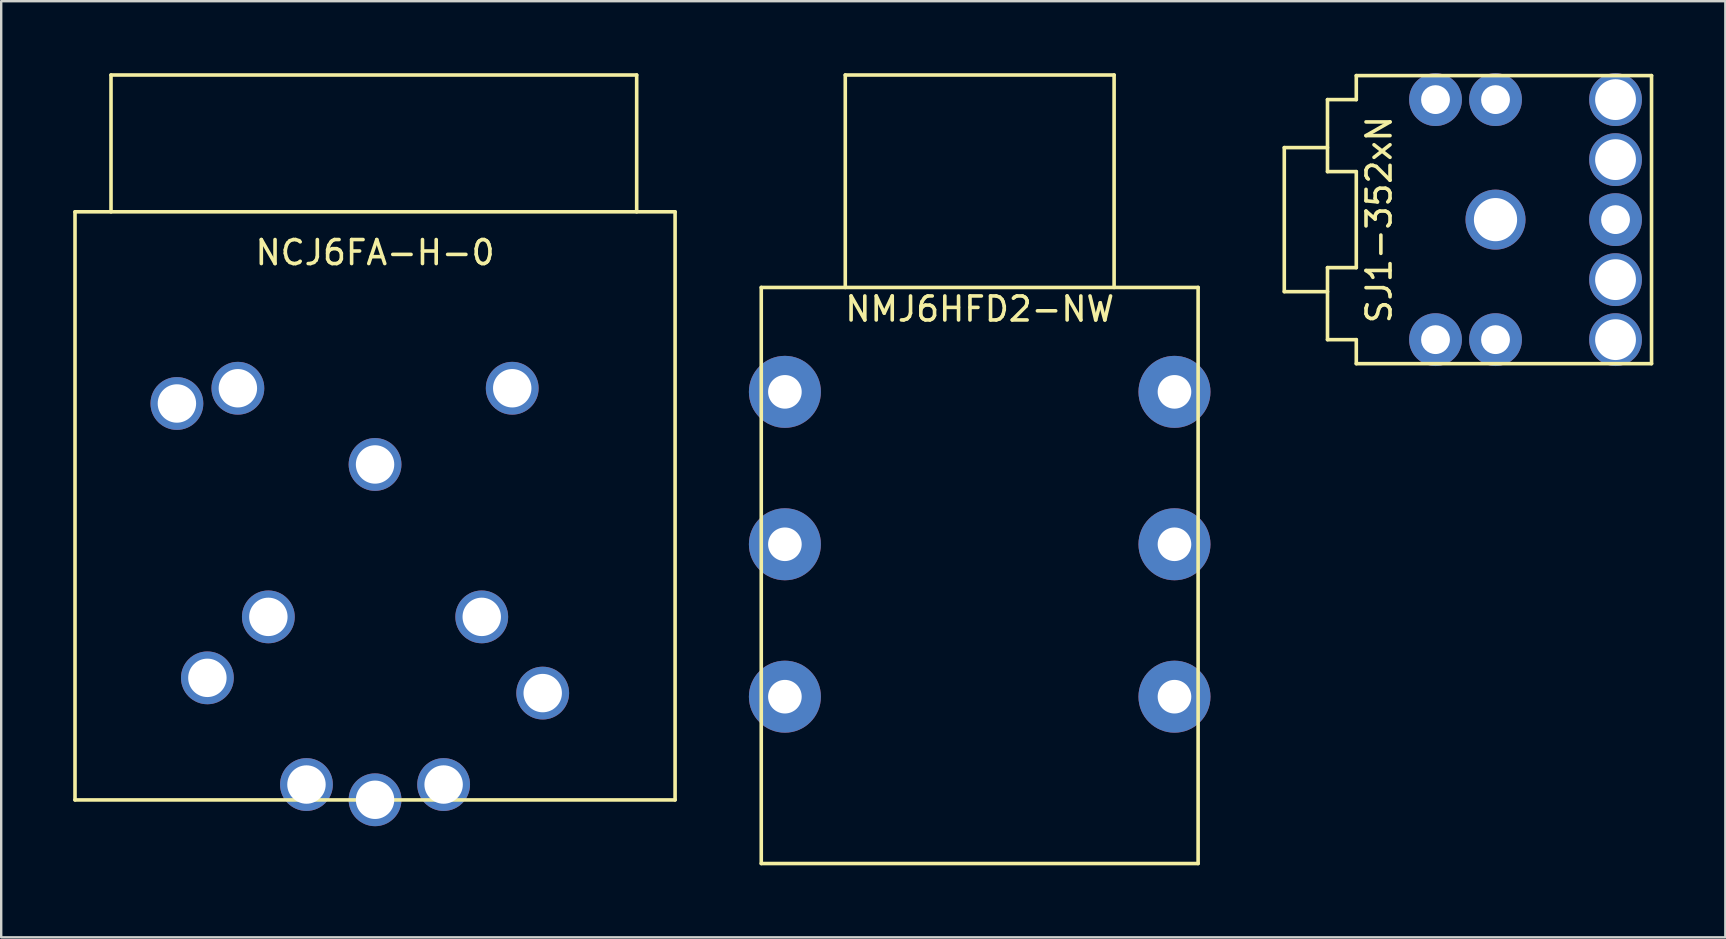
<source format=kicad_pcb>
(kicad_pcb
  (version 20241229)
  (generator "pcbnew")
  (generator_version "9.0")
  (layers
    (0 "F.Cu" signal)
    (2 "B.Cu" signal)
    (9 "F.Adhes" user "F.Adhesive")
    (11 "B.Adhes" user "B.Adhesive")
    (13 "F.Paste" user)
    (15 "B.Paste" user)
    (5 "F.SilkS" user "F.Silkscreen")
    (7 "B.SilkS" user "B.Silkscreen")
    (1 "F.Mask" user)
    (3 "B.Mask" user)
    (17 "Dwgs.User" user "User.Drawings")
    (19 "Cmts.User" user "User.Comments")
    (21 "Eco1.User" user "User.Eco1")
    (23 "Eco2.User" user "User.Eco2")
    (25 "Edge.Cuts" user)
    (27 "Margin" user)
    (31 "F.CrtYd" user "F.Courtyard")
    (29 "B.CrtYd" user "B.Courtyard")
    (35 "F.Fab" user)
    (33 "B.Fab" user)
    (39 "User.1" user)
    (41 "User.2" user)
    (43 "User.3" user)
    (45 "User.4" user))
  (footprint "NMJ6HFD2-NW"
    (layer "F.Cu")
    (at 37.765 8.925)
    (property "Reference" "NMJ6HFD2-NW" (at 0 0.9 0) (layer "F.SilkS") (effects (font (size 1 1) (thickness 0.15))))
    (attr through_hole)
    (fp_line (start -9.1 0) (end 9.1 0) (stroke (width 0.15) (type solid)) (layer "F.SilkS"))
    (fp_line (start -9.1 24) (end -9.1 0) (stroke (width 0.15) (type solid)) (layer "F.SilkS"))
    (fp_line (start -5.6 -8.85) (end -5.6 0) (stroke (width 0.15) (type solid)) (layer "F.SilkS"))
    (fp_line (start 5.6 -8.85) (end -5.6 -8.85) (stroke (width 0.15) (type solid)) (layer "F.SilkS"))
    (fp_line (start 5.6 0) (end 5.6 -8.85) (stroke (width 0.15) (type solid)) (layer "F.SilkS"))
    (fp_line (start 9.1 0) (end 9.1 24) (stroke (width 0.15) (type solid)) (layer "F.SilkS"))
    (fp_line (start 9.1 24) (end -9.1 24) (stroke (width 0.15) (type solid)) (layer "F.SilkS"))
    (pad "1" thru_hole circle (at -8.115 17.05) (size 3 3) (drill 1.4) (layers "*.Cu" "*.Mask"))
    (pad "2" thru_hole circle (at -8.115 10.7) (size 3 3) (drill 1.4) (layers "*.Cu" "*.Mask"))
    (pad "3" thru_hole circle (at -8.115 4.35) (size 3 3) (drill 1.4) (layers "*.Cu" "*.Mask"))
    (pad "RN" thru_hole circle (at 8.115 10.7) (size 3 3) (drill 1.4) (layers "*.Cu" "*.Mask"))
    (pad "SN" thru_hole circle (at 8.115 4.35) (size 3 3) (drill 1.4) (layers "*.Cu" "*.Mask"))
    (pad "TN" thru_hole circle (at 8.115 17.05) (size 3 3) (drill 1.4) (layers "*.Cu" "*.Mask")))
  (footprint "NCJ6FA-H-0"
    (layer "F.Cu")
    (at 12.575 6.775)
    (property "Reference" "NCJ6FA-H-0" (at 0 0.7 0) (layer "F.SilkS") (effects (font (size 1 1) (thickness 0.15))))
    (attr through_hole)
    (fp_line (start -12.5 -1) (end -12.5 23.5) (stroke (width 0.15) (type solid)) (layer "F.SilkS"))
    (fp_line (start -12.5 23.5) (end 12.5 23.5) (stroke (width 0.15) (type solid)) (layer "F.SilkS"))
    (fp_line (start -11 -6.7) (end 10.9 -6.7) (stroke (width 0.15) (type solid)) (layer "F.SilkS"))
    (fp_line (start -11 -1) (end -11 -6.7) (stroke (width 0.15) (type solid)) (layer "F.SilkS"))
    (fp_line (start 10.9 -6.7) (end 10.9 -1) (stroke (width 0.15) (type solid)) (layer "F.SilkS"))
    (fp_line (start 12.5 -1) (end -12.5 -1) (stroke (width 0.15) (type solid)) (layer "F.SilkS"))
    (fp_line (start 12.5 23.5) (end 12.5 -1) (stroke (width 0.15) (type solid)) (layer "F.SilkS"))
    (pad "1" thru_hole circle (at -6.985 18.415) (size 2.2 2.2) (drill 1.6) (layers "*.Cu" "*.Mask"))
    (pad "2" thru_hole circle (at 6.985 19.05) (size 2.2 2.2) (drill 1.6) (layers "*.Cu" "*.Mask"))
    (pad "3" thru_hole circle (at 0 23.495) (size 2.2 2.2) (drill 1.6) (layers "*.Cu" "*.Mask"))
    (pad "G" thru_hole circle (at -8.255 6.985) (size 2.2 2.2) (drill 1.6) (layers "*.Cu" "*.Mask"))
    (pad "M1" thru_hole circle (at -5.715 6.35) (size 2.2 2.2) (drill 1.6) (layers "*.Cu" "*.Mask"))
    (pad "M2" thru_hole circle (at 5.715 6.35) (size 2.2 2.2) (drill 1.6) (layers "*.Cu" "*.Mask"))
    (pad "M3" thru_hole circle (at 0 9.525) (size 2.2 2.2) (drill 1.6) (layers "*.Cu" "*.Mask"))
    (pad "R" thru_hole circle (at 2.857 22.86) (size 2.2 2.2) (drill 1.6) (layers "*.Cu" "*.Mask"))
    (pad "S" thru_hole circle (at -2.857 22.86) (size 2.2 2.2) (drill 1.6) (layers "*.Cu" "*.Mask"))
    (pad "T" thru_hole circle (at -4.445 15.875) (size 2.2 2.2) (drill 1.6) (layers "*.Cu" "*.Mask"))
    (pad "T" thru_hole circle (at 4.445 15.875) (size 2.2 2.2) (drill 1.6) (layers "*.Cu" "*.Mask")))
  (footprint "SJ1-352xN"
    (layer "F.Cu")
    (at 64.255 6.1)
    (property "Reference" "SJ1-352xN" (at -9.85 0 90) (layer "F.SilkS") (effects (font (size 1 1) (thickness 0.15))))
    (attr through_hole)
    (fp_line (start -13.8 -3) (end -12 -3) (stroke (width 0.15) (type solid)) (layer "F.SilkS"))
    (fp_line (start -13.8 3) (end -13.8 -3) (stroke (width 0.15) (type solid)) (layer "F.SilkS"))
    (fp_line (start -12 -5) (end -10.8 -5) (stroke (width 0.15) (type solid)) (layer "F.SilkS"))
    (fp_line (start -12 -2) (end -12 -5) (stroke (width 0.15) (type solid)) (layer "F.SilkS"))
    (fp_line (start -12 2) (end -10.8 2) (stroke (width 0.15) (type solid)) (layer "F.SilkS"))
    (fp_line (start -12 3) (end -13.8 3) (stroke (width 0.15) (type solid)) (layer "F.SilkS"))
    (fp_line (start -12 5) (end -12 2) (stroke (width 0.15) (type solid)) (layer "F.SilkS"))
    (fp_line (start -10.8 -6) (end 1.5 -6) (stroke (width 0.15) (type solid)) (layer "F.SilkS"))
    (fp_line (start -10.8 -5) (end -10.8 -6) (stroke (width 0.15) (type solid)) (layer "F.SilkS"))
    (fp_line (start -10.8 -2) (end -12 -2) (stroke (width 0.15) (type solid)) (layer "F.SilkS"))
    (fp_line (start -10.8 2) (end -10.8 -2) (stroke (width 0.15) (type solid)) (layer "F.SilkS"))
    (fp_line (start -10.8 5) (end -12 5) (stroke (width 0.15) (type solid)) (layer "F.SilkS"))
    (fp_line (start -10.8 6) (end -10.8 5) (stroke (width 0.15) (type solid)) (layer "F.SilkS"))
    (fp_line (start 1.5 -6) (end 1.5 6) (stroke (width 0.15) (type solid)) (layer "F.SilkS"))
    (fp_line (start 1.5 6) (end -10.8 6) (stroke (width 0.15) (type solid)) (layer "F.SilkS"))
    (pad "1" thru_hole circle (at -5 0) (size 2.5 2.5) (drill 1.8) (layers "*.Cu" "*.Mask"))
    (pad "2" thru_hole circle (at 0 5) (size 2.2 2.2) (drill 1.7) (layers "*.Cu" "*.Mask"))
    (pad "3" thru_hole circle (at 0 -5) (size 2.2 2.2) (drill 1.7) (layers "*.Cu" "*.Mask"))
    (pad "10" thru_hole circle (at 0 2.5) (size 2.2 2.2) (drill 1.7) (layers "*.Cu" "*.Mask"))
    (pad "11" thru_hole circle (at 0 -2.5) (size 2.2 2.2) (drill 1.7) (layers "*.Cu" "*.Mask"))
    (pad "M1" thru_hole circle (at 0 0) (size 2.2 2.2) (drill 1.2) (layers "*.Cu" "*.Mask"))
    (pad "M2" thru_hole circle (at -5 -5) (size 2.2 2.2) (drill 1.2) (layers "*.Cu" "*.Mask"))
    (pad "M3" thru_hole circle (at -7.5 -5) (size 2.2 2.2) (drill 1.2) (layers "*.Cu" "*.Mask"))
    (pad "M4" thru_hole circle (at -5 5) (size 2.2 2.2) (drill 1.2) (layers "*.Cu" "*.Mask"))
    (pad "M5" thru_hole circle (at -7.5 5) (size 2.2 2.2) (drill 1.2) (layers "*.Cu" "*.Mask")))
  (gr_rect
    (start -3 -3)
    (end 68.83 36)
    (stroke (width 0.1) (type default))
    (fill no)
    (layer "Edge.Cuts")))
</source>
